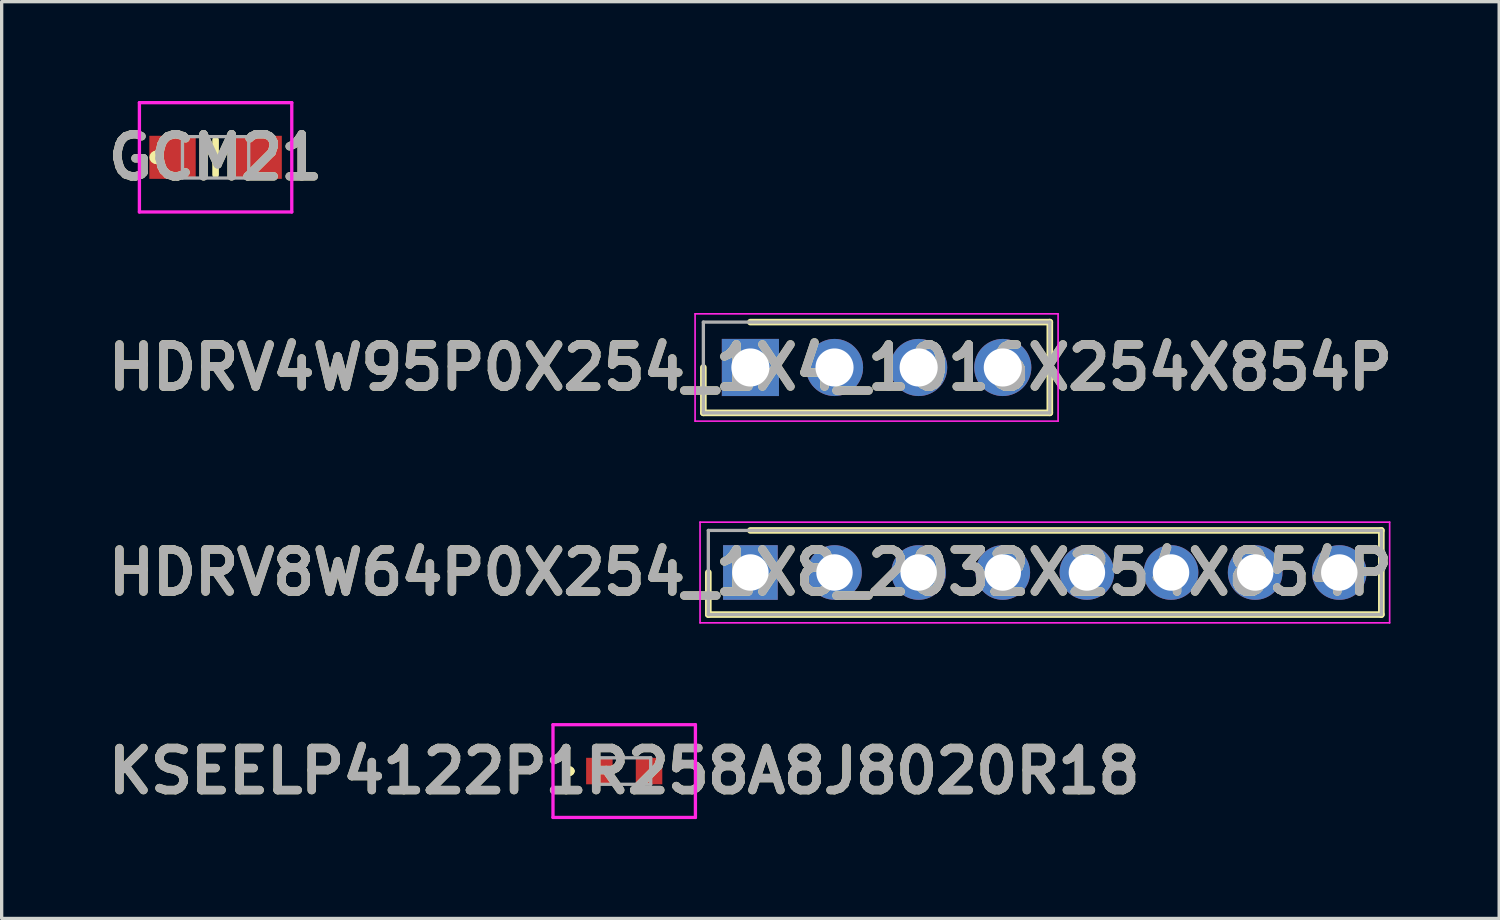
<source format=kicad_pcb>
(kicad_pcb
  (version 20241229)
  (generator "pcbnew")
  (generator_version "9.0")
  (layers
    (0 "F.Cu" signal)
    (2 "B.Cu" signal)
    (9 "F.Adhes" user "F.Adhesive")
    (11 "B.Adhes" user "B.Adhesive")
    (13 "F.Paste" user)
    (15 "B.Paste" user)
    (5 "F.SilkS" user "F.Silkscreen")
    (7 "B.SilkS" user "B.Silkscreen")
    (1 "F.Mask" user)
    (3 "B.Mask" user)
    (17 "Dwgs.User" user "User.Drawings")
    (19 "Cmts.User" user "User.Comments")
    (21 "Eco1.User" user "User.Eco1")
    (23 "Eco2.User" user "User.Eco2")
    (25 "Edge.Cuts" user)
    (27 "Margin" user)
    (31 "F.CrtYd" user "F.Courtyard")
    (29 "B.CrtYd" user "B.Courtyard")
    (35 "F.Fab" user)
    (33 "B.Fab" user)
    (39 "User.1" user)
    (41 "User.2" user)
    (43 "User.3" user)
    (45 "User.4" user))
  (footprint "HDRV8W64P0X254_1X8_2032X254X854P"
    (layer "F.Cu")
    (at 19.606 14.235)
    (property "Reference" "HDRV8W64P0X254_1X8_2032X254X854P" (at 0 0 0) (layer "F.SilkS") (effects (font (size 1.27 1.27) (thickness 0.254))))
    (attr through_hole)
    (fp_line (start -1.27 0) (end -1.27 1.27) (stroke (width 0.2) (type solid)) (layer "F.SilkS"))
    (fp_line (start -1.27 1.27) (end 19.05 1.27) (stroke (width 0.2) (type solid)) (layer "F.SilkS"))
    (fp_line (start 19.05 -1.27) (end 0 -1.27) (stroke (width 0.2) (type solid)) (layer "F.SilkS"))
    (fp_line (start 19.05 1.27) (end 19.05 -1.27) (stroke (width 0.2) (type solid)) (layer "F.SilkS"))
    (fp_line (start -1.52 -1.52) (end 19.3 -1.52) (stroke (width 0.05) (type solid)) (layer "F.CrtYd"))
    (fp_line (start -1.52 1.52) (end -1.52 -1.52) (stroke (width 0.05) (type solid)) (layer "F.CrtYd"))
    (fp_line (start 19.3 -1.52) (end 19.3 1.52) (stroke (width 0.05) (type solid)) (layer "F.CrtYd"))
    (fp_line (start 19.3 1.52) (end -1.52 1.52) (stroke (width 0.05) (type solid)) (layer "F.CrtYd"))
    (fp_line (start -1.27 -1.27) (end 19.05 -1.27) (stroke (width 0.1) (type solid)) (layer "F.Fab"))
    (fp_line (start -1.27 1.27) (end -1.27 -1.27) (stroke (width 0.1) (type solid)) (layer "F.Fab"))
    (fp_line (start 19.05 -1.27) (end 19.05 1.27) (stroke (width 0.1) (type solid)) (layer "F.Fab"))
    (fp_line (start 19.05 1.27) (end -1.27 1.27) (stroke (width 0.1) (type solid)) (layer "F.Fab"))
    (fp_text user "${REFERENCE}" (at 0 0 0) (layer "F.Fab") (effects (font (size 1.27 1.27) (thickness 0.254))))
    (pad "1" thru_hole rect (at 0 0) (size 1.65 1.65) (drill 1.1) (layers "*.Cu" "*.Mask"))
    (pad "2" thru_hole circle (at 2.54 0) (size 1.65 1.65) (drill 1.1) (layers "*.Cu" "*.Mask"))
    (pad "3" thru_hole circle (at 5.08 0) (size 1.65 1.65) (drill 1.1) (layers "*.Cu" "*.Mask"))
    (pad "4" thru_hole circle (at 7.62 0) (size 1.65 1.65) (drill 1.1) (layers "*.Cu" "*.Mask"))
    (pad "5" thru_hole circle (at 10.16 0) (size 1.65 1.65) (drill 1.1) (layers "*.Cu" "*.Mask"))
    (pad "6" thru_hole circle (at 12.7 0) (size 1.65 1.65) (drill 1.1) (layers "*.Cu" "*.Mask"))
    (pad "7" thru_hole circle (at 15.24 0) (size 1.65 1.65) (drill 1.1) (layers "*.Cu" "*.Mask"))
    (pad "8" thru_hole circle (at 17.78 0) (size 1.65 1.65) (drill 1.1) (layers "*.Cu" "*.Mask")))
  (footprint "HDRV4W95P0X254_1X4_1016X254X854P"
    (layer "F.Cu")
    (at 19.606 8.045)
    (property "Reference" "HDRV4W95P0X254_1X4_1016X254X854P" (at 0 0 0) (layer "F.SilkS") (effects (font (size 1.27 1.27) (thickness 0.254))))
    (attr through_hole)
    (fp_line (start -1.42 0) (end -1.42 1.37) (stroke (width 0.2) (type solid)) (layer "F.SilkS"))
    (fp_line (start -1.42 1.37) (end 9.04 1.37) (stroke (width 0.2) (type solid)) (layer "F.SilkS"))
    (fp_line (start 9.04 -1.37) (end 0 -1.37) (stroke (width 0.2) (type solid)) (layer "F.SilkS"))
    (fp_line (start 9.04 1.37) (end 9.04 -1.37) (stroke (width 0.2) (type solid)) (layer "F.SilkS"))
    (fp_line (start -1.67 -1.62) (end 9.29 -1.62) (stroke (width 0.05) (type solid)) (layer "F.CrtYd"))
    (fp_line (start -1.67 1.62) (end -1.67 -1.62) (stroke (width 0.05) (type solid)) (layer "F.CrtYd"))
    (fp_line (start 9.29 -1.62) (end 9.29 1.62) (stroke (width 0.05) (type solid)) (layer "F.CrtYd"))
    (fp_line (start 9.29 1.62) (end -1.67 1.62) (stroke (width 0.05) (type solid)) (layer "F.CrtYd"))
    (fp_line (start -1.42 -1.37) (end 9.04 -1.37) (stroke (width 0.1) (type solid)) (layer "F.Fab"))
    (fp_line (start -1.42 1.37) (end -1.42 -1.37) (stroke (width 0.1) (type solid)) (layer "F.Fab"))
    (fp_line (start 9.04 -1.37) (end 9.04 1.37) (stroke (width 0.1) (type solid)) (layer "F.Fab"))
    (fp_line (start 9.04 1.37) (end -1.42 1.37) (stroke (width 0.1) (type solid)) (layer "F.Fab"))
    (fp_text user "${REFERENCE}" (at 0 0 0) (layer "F.Fab") (effects (font (size 1.27 1.27) (thickness 0.254))))
    (pad "1" thru_hole rect (at 0 0) (size 1.725 1.725) (drill 1.15) (layers "*.Cu" "*.Mask"))
    (pad "2" thru_hole circle (at 2.54 0) (size 1.725 1.725) (drill 1.15) (layers "*.Cu" "*.Mask"))
    (pad "3" thru_hole circle (at 5.08 0) (size 1.725 1.725) (drill 1.15) (layers "*.Cu" "*.Mask"))
    (pad "4" thru_hole circle (at 7.62 0) (size 1.725 1.725) (drill 1.15) (layers "*.Cu" "*.Mask")))
  (footprint "KSEELP4122P1R258A8J8020R18"
    (layer "F.Cu")
    (at 15.796 20.23)
    (property "Reference" "KSEELP4122P1R258A8J8020R18" (at 0 0 0) (layer "F.SilkS") (effects (font (size 1.27 1.27) (thickness 0.254))))
    (attr smd)
    (fp_line (start -1.7 0) (end -1.7 0) (stroke (width 0.2) (type solid)) (layer "F.SilkS"))
    (fp_line (start -1.7 0) (end -1.7 0) (stroke (width 0.2) (type solid)) (layer "F.SilkS"))
    (fp_line (start -1.6 0) (end -1.6 0) (stroke (width 0.2) (type solid)) (layer "F.SilkS"))
    (fp_arc (start -1.7 0) (mid -1.65 -0.05) (end -1.6 0) (stroke (width 0.2) (type solid)) (layer "F.SilkS"))
    (fp_arc (start -1.6 0) (mid -1.65 0.05) (end -1.7 0) (stroke (width 0.2) (type solid)) (layer "F.SilkS"))
    (fp_arc (start -1.6 0) (mid -1.65 0.05) (end -1.7 0) (stroke (width 0.2) (type solid)) (layer "F.SilkS"))
    (fp_line (start -2.15 -1.4) (end 2.15 -1.4) (stroke (width 0.1) (type solid)) (layer "F.CrtYd"))
    (fp_line (start -2.15 1.4) (end -2.15 -1.4) (stroke (width 0.1) (type solid)) (layer "F.CrtYd"))
    (fp_line (start 2.15 -1.4) (end 2.15 1.4) (stroke (width 0.1) (type solid)) (layer "F.CrtYd"))
    (fp_line (start 2.15 1.4) (end -2.15 1.4) (stroke (width 0.1) (type solid)) (layer "F.CrtYd"))
    (fp_line (start -0.8 -0.4) (end -0.8 0.4) (stroke (width 0.1) (type solid)) (layer "F.Fab"))
    (fp_line (start -0.8 0.4) (end 0.8 0.4) (stroke (width 0.1) (type solid)) (layer "F.Fab"))
    (fp_line (start 0.8 -0.4) (end -0.8 -0.4) (stroke (width 0.1) (type solid)) (layer "F.Fab"))
    (fp_line (start 0.8 0.4) (end 0.8 -0.4) (stroke (width 0.1) (type solid)) (layer "F.Fab"))
    (fp_text user "${REFERENCE}" (at 0 0 0) (layer "F.Fab") (effects (font (size 1.27 1.27) (thickness 0.254))))
    (pad "1" smd rect (at -0.75 0 90) (size 0.8 0.8) (layers "F.Cu" "F.Mask" "F.Paste"))
    (pad "2" smd rect (at 0.75 0 90) (size 0.8 0.8) (layers "F.Cu" "F.Mask" "F.Paste")))
  (footprint "GCM21"
    (layer "F.Cu")
    (at 3.459 1.7)
    (property "Reference" "GCM21" (at 0 0 0) (layer "F.SilkS") (effects (font (size 1.27 1.27) (thickness 0.254))))
    (attr smd)
    (fp_line (start -1.8 -0.1) (end -1.8 -0.1) (stroke (width 0.2) (type solid)) (layer "F.SilkS"))
    (fp_line (start -1.8 0.1) (end -1.8 0.1) (stroke (width 0.2) (type solid)) (layer "F.SilkS"))
    (fp_line (start 0 -0.525) (end 0 0.525) (stroke (width 0.2) (type solid)) (layer "F.SilkS"))
    (fp_arc (start -1.8 -0.1) (mid -1.7 0) (end -1.8 0.1) (stroke (width 0.2) (type solid)) (layer "F.SilkS"))
    (fp_arc (start -1.8 0.1) (mid -1.9 0) (end -1.8 -0.1) (stroke (width 0.2) (type solid)) (layer "F.SilkS"))
    (fp_line (start -2.3 -1.65) (end 2.3 -1.65) (stroke (width 0.1) (type solid)) (layer "F.CrtYd"))
    (fp_line (start -2.3 1.65) (end -2.3 -1.65) (stroke (width 0.1) (type solid)) (layer "F.CrtYd"))
    (fp_line (start 2.3 -1.65) (end 2.3 1.65) (stroke (width 0.1) (type solid)) (layer "F.CrtYd"))
    (fp_line (start 2.3 1.65) (end -2.3 1.65) (stroke (width 0.1) (type solid)) (layer "F.CrtYd"))
    (fp_line (start -1 -0.625) (end 1 -0.625) (stroke (width 0.1) (type solid)) (layer "F.Fab"))
    (fp_line (start -1 0.625) (end -1 -0.625) (stroke (width 0.1) (type solid)) (layer "F.Fab"))
    (fp_line (start 1 -0.625) (end 1 0.625) (stroke (width 0.1) (type solid)) (layer "F.Fab"))
    (fp_line (start 1 0.625) (end -1 0.625) (stroke (width 0.1) (type solid)) (layer "F.Fab"))
    (fp_text user "${REFERENCE}" (at 0 0 0) (layer "F.Fab") (effects (font (size 1.27 1.27) (thickness 0.254))))
    (pad "1" smd rect (at -1.3 0) (size 1.4 1.3) (layers "F.Cu" "F.Mask" "F.Paste"))
    (pad "2" smd rect (at 1.3 0) (size 1.4 1.3) (layers "F.Cu" "F.Mask" "F.Paste")))
  (gr_rect
    (start -3 -3)
    (end 42.213 24.68)
    (stroke (width 0.1) (type default))
    (fill no)
    (layer "Edge.Cuts")))
</source>
